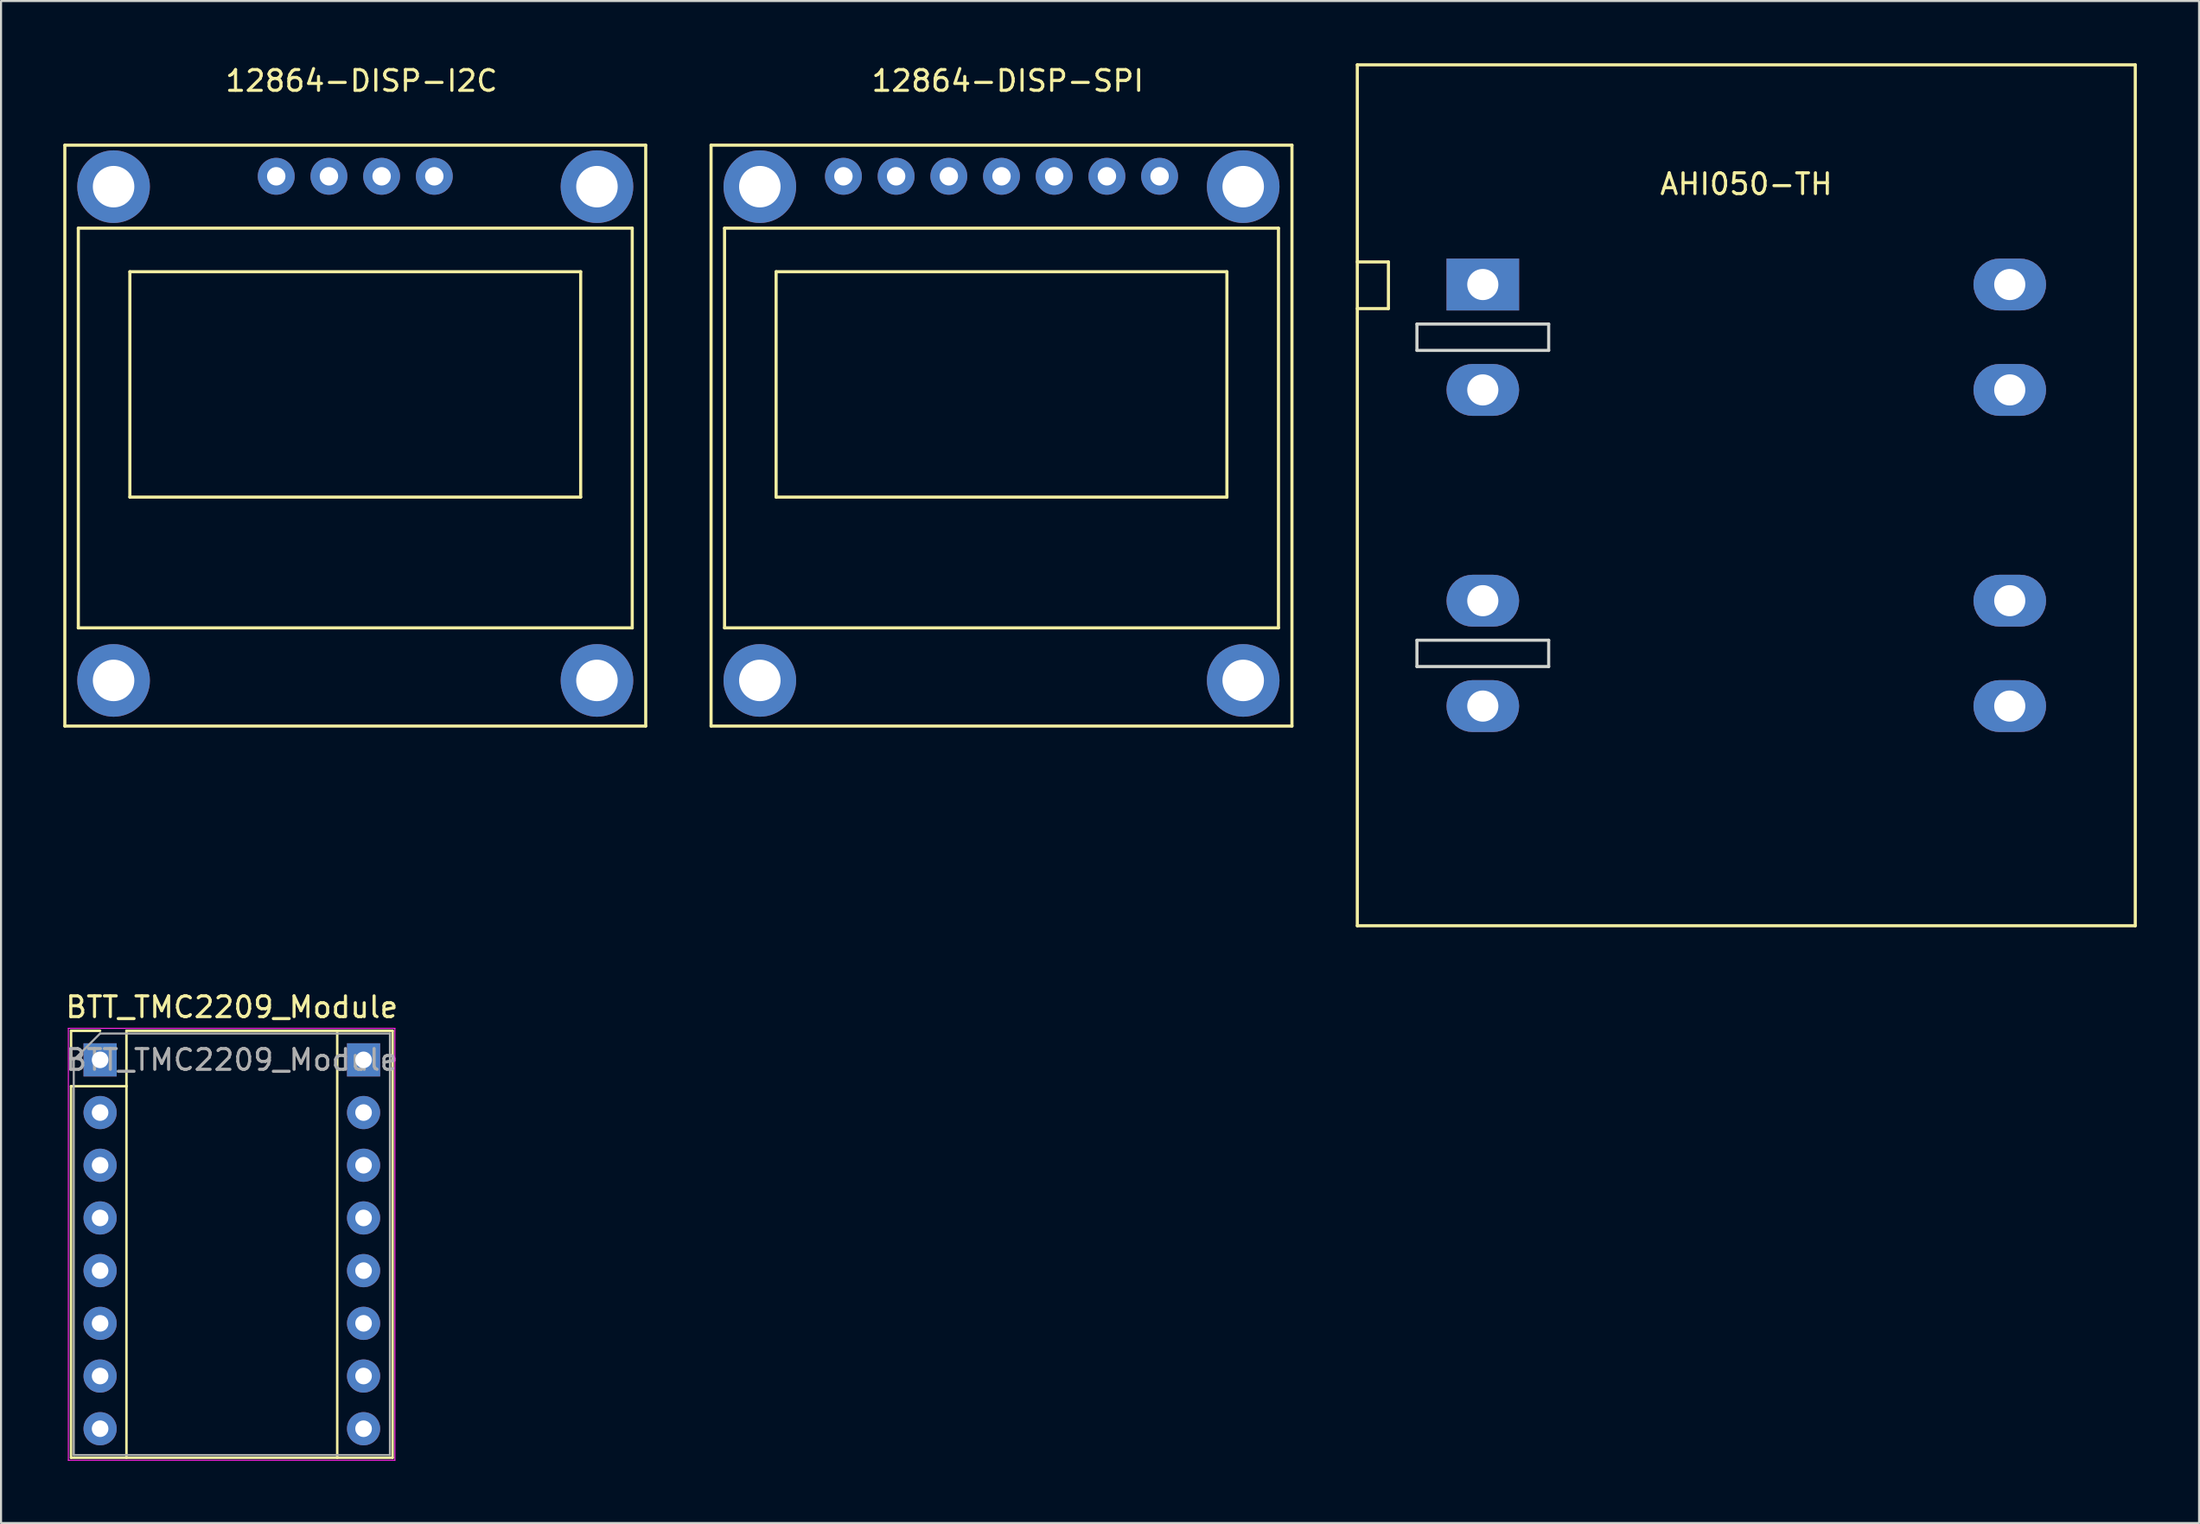
<source format=kicad_pcb>
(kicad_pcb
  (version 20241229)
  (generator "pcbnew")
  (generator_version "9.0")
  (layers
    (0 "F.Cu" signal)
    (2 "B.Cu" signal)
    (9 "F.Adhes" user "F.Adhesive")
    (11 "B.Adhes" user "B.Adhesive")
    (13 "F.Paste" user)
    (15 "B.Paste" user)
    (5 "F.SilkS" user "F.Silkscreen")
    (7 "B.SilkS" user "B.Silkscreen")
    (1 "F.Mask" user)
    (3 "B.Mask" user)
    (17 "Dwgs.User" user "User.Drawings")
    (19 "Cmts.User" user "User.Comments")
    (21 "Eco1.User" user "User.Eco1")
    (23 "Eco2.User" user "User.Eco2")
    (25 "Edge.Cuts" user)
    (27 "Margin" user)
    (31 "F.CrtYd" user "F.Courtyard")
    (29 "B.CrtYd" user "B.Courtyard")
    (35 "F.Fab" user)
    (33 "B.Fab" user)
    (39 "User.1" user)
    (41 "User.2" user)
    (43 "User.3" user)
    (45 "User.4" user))
  (footprint "BTT_TMC2209_Module"
    (layer "F.Cu")
    (at 1.775 48.038)
    (property "Reference" "BTT_TMC2209_Module" (at 6.35 -2.54 0) (layer "F.SilkS") (effects (font (size 1 1) (thickness 0.15))))
    (attr through_hole)
    (fp_line (start -1.4 -1.4) (end -1.4 0) (stroke (width 0.12) (type solid)) (layer "F.SilkS"))
    (fp_line (start -1.4 1.27) (end -1.4 19.18) (stroke (width 0.12) (type solid)) (layer "F.SilkS"))
    (fp_line (start -1.4 19.18) (end 14.1 19.18) (stroke (width 0.12) (type solid)) (layer "F.SilkS"))
    (fp_line (start 0 -1.4) (end -1.4 -1.4) (stroke (width 0.12) (type solid)) (layer "F.SilkS"))
    (fp_line (start 1.27 -1.4) (end 1.27 1.27) (stroke (width 0.12) (type solid)) (layer "F.SilkS"))
    (fp_line (start 1.27 1.27) (end -1.4 1.27) (stroke (width 0.12) (type solid)) (layer "F.SilkS"))
    (fp_line (start 1.27 1.27) (end 1.27 19.18) (stroke (width 0.12) (type solid)) (layer "F.SilkS"))
    (fp_line (start 11.43 -1.4) (end 11.43 19.18) (stroke (width 0.12) (type solid)) (layer "F.SilkS"))
    (fp_line (start 14.1 -1.4) (end 1.27 -1.4) (stroke (width 0.12) (type solid)) (layer "F.SilkS"))
    (fp_line (start 14.1 19.18) (end 14.1 -1.4) (stroke (width 0.12) (type solid)) (layer "F.SilkS"))
    (fp_line (start -1.53 -1.52) (end -1.53 19.3) (stroke (width 0.05) (type solid)) (layer "F.CrtYd"))
    (fp_line (start -1.53 -1.52) (end 14.21 -1.52) (stroke (width 0.05) (type solid)) (layer "F.CrtYd"))
    (fp_line (start 14.21 19.3) (end -1.53 19.3) (stroke (width 0.05) (type solid)) (layer "F.CrtYd"))
    (fp_line (start 14.21 19.3) (end 14.21 -1.52) (stroke (width 0.05) (type solid)) (layer "F.CrtYd"))
    (fp_line (start -1.27 0) (end 0 -1.27) (stroke (width 0.1) (type solid)) (layer "F.Fab"))
    (fp_line (start -1.27 19.05) (end -1.27 0) (stroke (width 0.1) (type solid)) (layer "F.Fab"))
    (fp_line (start 0 -1.27) (end 13.97 -1.27) (stroke (width 0.1) (type solid)) (layer "F.Fab"))
    (fp_line (start 13.97 -1.27) (end 13.97 19.05) (stroke (width 0.1) (type solid)) (layer "F.Fab"))
    (fp_line (start 13.97 19.05) (end -1.27 19.05) (stroke (width 0.1) (type solid)) (layer "F.Fab"))
    (fp_text user "${REFERENCE}" (at 6.35 0 0) (layer "F.Fab") (effects (font (size 1 1) (thickness 0.15))))
    (pad "J1-1" thru_hole rect (at 0 0) (size 1.6 1.6) (drill 0.8) (layers "*.Cu" "*.Mask"))
    (pad "J1-2" thru_hole oval (at 0 2.54) (size 1.6 1.6) (drill 0.8) (layers "*.Cu" "*.Mask"))
    (pad "J1-3" thru_hole oval (at 0 5.08) (size 1.6 1.6) (drill 0.8) (layers "*.Cu" "*.Mask"))
    (pad "J1-4" thru_hole oval (at 0 7.62) (size 1.6 1.6) (drill 0.8) (layers "*.Cu" "*.Mask"))
    (pad "J1-5" thru_hole oval (at 0 10.16) (size 1.6 1.6) (drill 0.8) (layers "*.Cu" "*.Mask"))
    (pad "J1-6" thru_hole oval (at 0 12.7) (size 1.6 1.6) (drill 0.8) (layers "*.Cu" "*.Mask"))
    (pad "J1-7" thru_hole oval (at 0 15.24) (size 1.6 1.6) (drill 0.8) (layers "*.Cu" "*.Mask"))
    (pad "J1-8" thru_hole oval (at 0 17.78) (size 1.6 1.6) (drill 0.8) (layers "*.Cu" "*.Mask"))
    (pad "J2-1" thru_hole rect (at 12.7 0) (size 1.6 1.6) (drill 0.8) (layers "*.Cu" "*.Mask"))
    (pad "J2-2" thru_hole oval (at 12.7 2.54) (size 1.6 1.6) (drill 0.8) (layers "*.Cu" "*.Mask"))
    (pad "J2-3" thru_hole oval (at 12.7 5.08) (size 1.6 1.6) (drill 0.8) (layers "*.Cu" "*.Mask"))
    (pad "J2-4" thru_hole oval (at 12.7 7.62) (size 1.6 1.6) (drill 0.8) (layers "*.Cu" "*.Mask"))
    (pad "J2-5" thru_hole oval (at 12.7 10.16) (size 1.6 1.6) (drill 0.8) (layers "*.Cu" "*.Mask"))
    (pad "J2-6" thru_hole oval (at 12.7 12.7) (size 1.6 1.6) (drill 0.8) (layers "*.Cu" "*.Mask"))
    (pad "J2-7" thru_hole oval (at 12.7 15.24) (size 1.6 1.6) (drill 0.8) (layers "*.Cu" "*.Mask"))
    (pad "J2-8" thru_hole oval (at 12.7 17.78) (size 1.6 1.6) (drill 0.8) (layers "*.Cu" "*.Mask")))
  (footprint "12864-DISP-SPI"
    (layer "F.Cu")
    (at 45.225 5.448)
    (property "Reference" "12864-DISP-SPI" (at 0.3 -4.6 0) (layer "F.SilkS") (effects (font (size 1 1) (thickness 0.15))))
    (attr through_hole)
    (fp_line (start -14 -1.5) (end -14 26.5) (stroke (width 0.15) (type solid)) (layer "F.SilkS"))
    (fp_line (start -14 26.5) (end 14 26.5) (stroke (width 0.15) (type solid)) (layer "F.SilkS"))
    (fp_line (start -13.35 2.5) (end 13.35 2.5) (stroke (width 0.15) (type solid)) (layer "F.SilkS"))
    (fp_line (start -13.35 21.768) (end -13.35 2.5) (stroke (width 0.15) (type solid)) (layer "F.SilkS"))
    (fp_line (start -10.865 4.6) (end 10.865 4.6) (stroke (width 0.15) (type solid)) (layer "F.SilkS"))
    (fp_line (start -10.865 15.464) (end -10.865 4.6) (stroke (width 0.15) (type solid)) (layer "F.SilkS"))
    (fp_line (start 10.865 4.6) (end 10.865 15.464) (stroke (width 0.15) (type solid)) (layer "F.SilkS"))
    (fp_line (start 10.865 15.464) (end -10.865 15.464) (stroke (width 0.15) (type solid)) (layer "F.SilkS"))
    (fp_line (start 13.35 2.5) (end 13.35 21.768) (stroke (width 0.15) (type solid)) (layer "F.SilkS"))
    (fp_line (start 13.35 21.768) (end -13.35 21.768) (stroke (width 0.15) (type solid)) (layer "F.SilkS"))
    (fp_line (start 14 -1.5) (end -14 -1.5) (stroke (width 0.15) (type solid)) (layer "F.SilkS"))
    (fp_line (start 14 26.5) (end 14 -1.5) (stroke (width 0.15) (type solid)) (layer "F.SilkS"))
    (pad "1" thru_hole circle (at -7.62 0) (size 1.778 1.778) (drill 0.889) (layers "*.Cu" "*.Mask"))
    (pad "2" thru_hole circle (at -5.08 0) (size 1.778 1.778) (drill 0.889) (layers "*.Cu" "*.Mask"))
    (pad "3" thru_hole circle (at -2.54 0) (size 1.778 1.778) (drill 0.889) (layers "*.Cu" "*.Mask"))
    (pad "4" thru_hole circle (at 0 0) (size 1.778 1.778) (drill 0.889) (layers "*.Cu" "*.Mask"))
    (pad "5" thru_hole circle (at 2.54 0) (size 1.778 1.778) (drill 0.889) (layers "*.Cu" "*.Mask"))
    (pad "6" thru_hole circle (at 5.08 0) (size 1.778 1.778) (drill 0.889) (layers "*.Cu" "*.Mask"))
    (pad "7" thru_hole circle (at 7.62 0) (size 1.778 1.778) (drill 0.889) (layers "*.Cu" "*.Mask"))
    (pad "8" thru_hole circle (at -11.65 0.5) (size 3.5 3.5) (drill 2) (layers "*.Cu" "*.Mask"))
    (pad "8" thru_hole circle (at -11.65 24.3) (size 3.5 3.5) (drill 2) (layers "*.Cu" "*.Mask"))
    (pad "8" thru_hole circle (at 11.65 0.5) (size 3.5 3.5) (drill 2) (layers "*.Cu" "*.Mask"))
    (pad "8" thru_hole circle (at 11.65 24.3 90) (size 3.5 3.5) (drill 2) (layers "*.Cu" "*.Mask")))
  (footprint "AHI050-TH"
    (layer "F.Cu")
    (at 81.125 20.825)
    (property "Reference" "AHI050-TH" (at 0 -15 0) (layer "F.SilkS") (effects (font (size 1 1) (thickness 0.15))))
    (attr through_hole)
    (fp_line (start -18.75 -11.25) (end -17.25 -11.25) (stroke (width 0.15) (type solid)) (layer "F.SilkS"))
    (fp_line (start -18.75 20.75) (end -18.75 -20.75) (stroke (width 0.15) (type solid)) (layer "F.SilkS"))
    (fp_line (start -17.25 -11.25) (end -17.25 -9) (stroke (width 0.15) (type solid)) (layer "F.SilkS"))
    (fp_line (start -17.25 -9) (end -18.75 -9) (stroke (width 0.15) (type solid)) (layer "F.SilkS"))
    (fp_line (start 18.75 -20.75) (end -18.75 -20.75) (stroke (width 0.15) (type solid)) (layer "F.SilkS"))
    (fp_line (start 18.75 -20.75) (end 18.75 20.75) (stroke (width 0.15) (type solid)) (layer "F.SilkS"))
    (fp_line (start 18.75 20.75) (end -18.75 20.75) (stroke (width 0.15) (type solid)) (layer "F.SilkS"))
    (fp_line (start -15.875 -8.255) (end -15.875 -6.985) (stroke (width 0.15) (type solid)) (layer "Edge.Cuts"))
    (fp_line (start -15.875 -6.985) (end -9.525 -6.985) (stroke (width 0.15) (type solid)) (layer "Edge.Cuts"))
    (fp_line (start -15.875 6.985) (end -15.875 8.255) (stroke (width 0.15) (type solid)) (layer "Edge.Cuts"))
    (fp_line (start -15.875 8.255) (end -9.525 8.255) (stroke (width 0.15) (type solid)) (layer "Edge.Cuts"))
    (fp_line (start -9.525 -8.255) (end -15.875 -8.255) (stroke (width 0.15) (type solid)) (layer "Edge.Cuts"))
    (fp_line (start -9.525 -6.985) (end -9.525 -8.255) (stroke (width 0.15) (type solid)) (layer "Edge.Cuts"))
    (fp_line (start -9.525 6.985) (end -15.875 6.985) (stroke (width 0.15) (type solid)) (layer "Edge.Cuts"))
    (fp_line (start -9.525 8.255) (end -9.525 6.985) (stroke (width 0.15) (type solid)) (layer "Edge.Cuts"))
    (pad "1" thru_hole rect (at -12.7 -10.16) (size 3.5 2.5) (drill 1.5) (layers "*.Cu" "*.Mask"))
    (pad "2" thru_hole roundrect (at -12.7 -5.08) (size 3.5 2.5) (drill 1.5) (layers "*.Cu" "*.Mask") (roundrect_rratio 0.5))
    (pad "3" thru_hole roundrect (at -12.7 5.08) (size 3.5 2.5) (drill 1.5) (layers "*.Cu" "*.Mask") (roundrect_rratio 0.5))
    (pad "4" thru_hole roundrect (at -12.7 10.16) (size 3.5 2.5) (drill 1.5) (layers "*.Cu" "*.Mask") (roundrect_rratio 0.5))
    (pad "5" thru_hole roundrect (at 12.7 -10.16) (size 3.5 2.5) (drill 1.5) (layers "*.Cu" "*.Mask") (roundrect_rratio 0.5))
    (pad "6" thru_hole roundrect (at 12.7 -5.08) (size 3.5 2.5) (drill 1.5) (layers "*.Cu" "*.Mask") (roundrect_rratio 0.5))
    (pad "7" thru_hole roundrect (at 12.7 5.08) (size 3.5 2.5) (drill 1.5) (layers "*.Cu" "*.Mask") (roundrect_rratio 0.5))
    (pad "8" thru_hole roundrect (at 12.7 10.16) (size 3.5 2.5) (drill 1.5) (layers "*.Cu" "*.Mask") (roundrect_rratio 0.5)))
  (footprint "12864-DISP-I2C"
    (layer "F.Cu")
    (at 14.075 5.448)
    (property "Reference" "12864-DISP-I2C" (at 0.3 -4.6 0) (layer "F.SilkS") (effects (font (size 1 1) (thickness 0.15))))
    (attr through_hole)
    (fp_line (start -14 -1.5) (end -14 26.5) (stroke (width 0.15) (type solid)) (layer "F.SilkS"))
    (fp_line (start -14 26.5) (end 14 26.5) (stroke (width 0.15) (type solid)) (layer "F.SilkS"))
    (fp_line (start -13.35 2.5) (end 13.35 2.5) (stroke (width 0.15) (type solid)) (layer "F.SilkS"))
    (fp_line (start -13.35 21.768) (end -13.35 2.5) (stroke (width 0.15) (type solid)) (layer "F.SilkS"))
    (fp_line (start -10.865 4.6) (end 10.865 4.6) (stroke (width 0.15) (type solid)) (layer "F.SilkS"))
    (fp_line (start -10.865 15.464) (end -10.865 4.6) (stroke (width 0.15) (type solid)) (layer "F.SilkS"))
    (fp_line (start 10.865 4.6) (end 10.865 15.464) (stroke (width 0.15) (type solid)) (layer "F.SilkS"))
    (fp_line (start 10.865 15.464) (end -10.865 15.464) (stroke (width 0.15) (type solid)) (layer "F.SilkS"))
    (fp_line (start 13.35 2.5) (end 13.35 21.768) (stroke (width 0.15) (type solid)) (layer "F.SilkS"))
    (fp_line (start 13.35 21.768) (end -13.35 21.768) (stroke (width 0.15) (type solid)) (layer "F.SilkS"))
    (fp_line (start 14 -1.5) (end -14 -1.5) (stroke (width 0.15) (type solid)) (layer "F.SilkS"))
    (fp_line (start 14 26.5) (end 14 -1.5) (stroke (width 0.15) (type solid)) (layer "F.SilkS"))
    (pad "1" thru_hole circle (at -3.81 0) (size 1.778 1.778) (drill 0.889) (layers "*.Cu" "*.Mask"))
    (pad "2" thru_hole circle (at -1.27 0) (size 1.778 1.778) (drill 0.889) (layers "*.Cu" "*.Mask"))
    (pad "3" thru_hole circle (at 1.27 0) (size 1.778 1.778) (drill 0.889) (layers "*.Cu" "*.Mask"))
    (pad "4" thru_hole circle (at 3.81 0) (size 1.778 1.778) (drill 0.889) (layers "*.Cu" "*.Mask"))
    (pad "8" thru_hole circle (at -11.65 0.5) (size 3.5 3.5) (drill 2) (layers "*.Cu" "*.Mask"))
    (pad "8" thru_hole circle (at -11.65 24.3) (size 3.5 3.5) (drill 2) (layers "*.Cu" "*.Mask"))
    (pad "8" thru_hole circle (at 11.65 0.5) (size 3.5 3.5) (drill 2) (layers "*.Cu" "*.Mask"))
    (pad "8" thru_hole circle (at 11.65 24.3 90) (size 3.5 3.5) (drill 2) (layers "*.Cu" "*.Mask")))
  (gr_rect
    (start -3 -3)
    (end 102.95 70.363)
    (stroke (width 0.1) (type default))
    (fill no)
    (layer "Edge.Cuts")))
</source>
